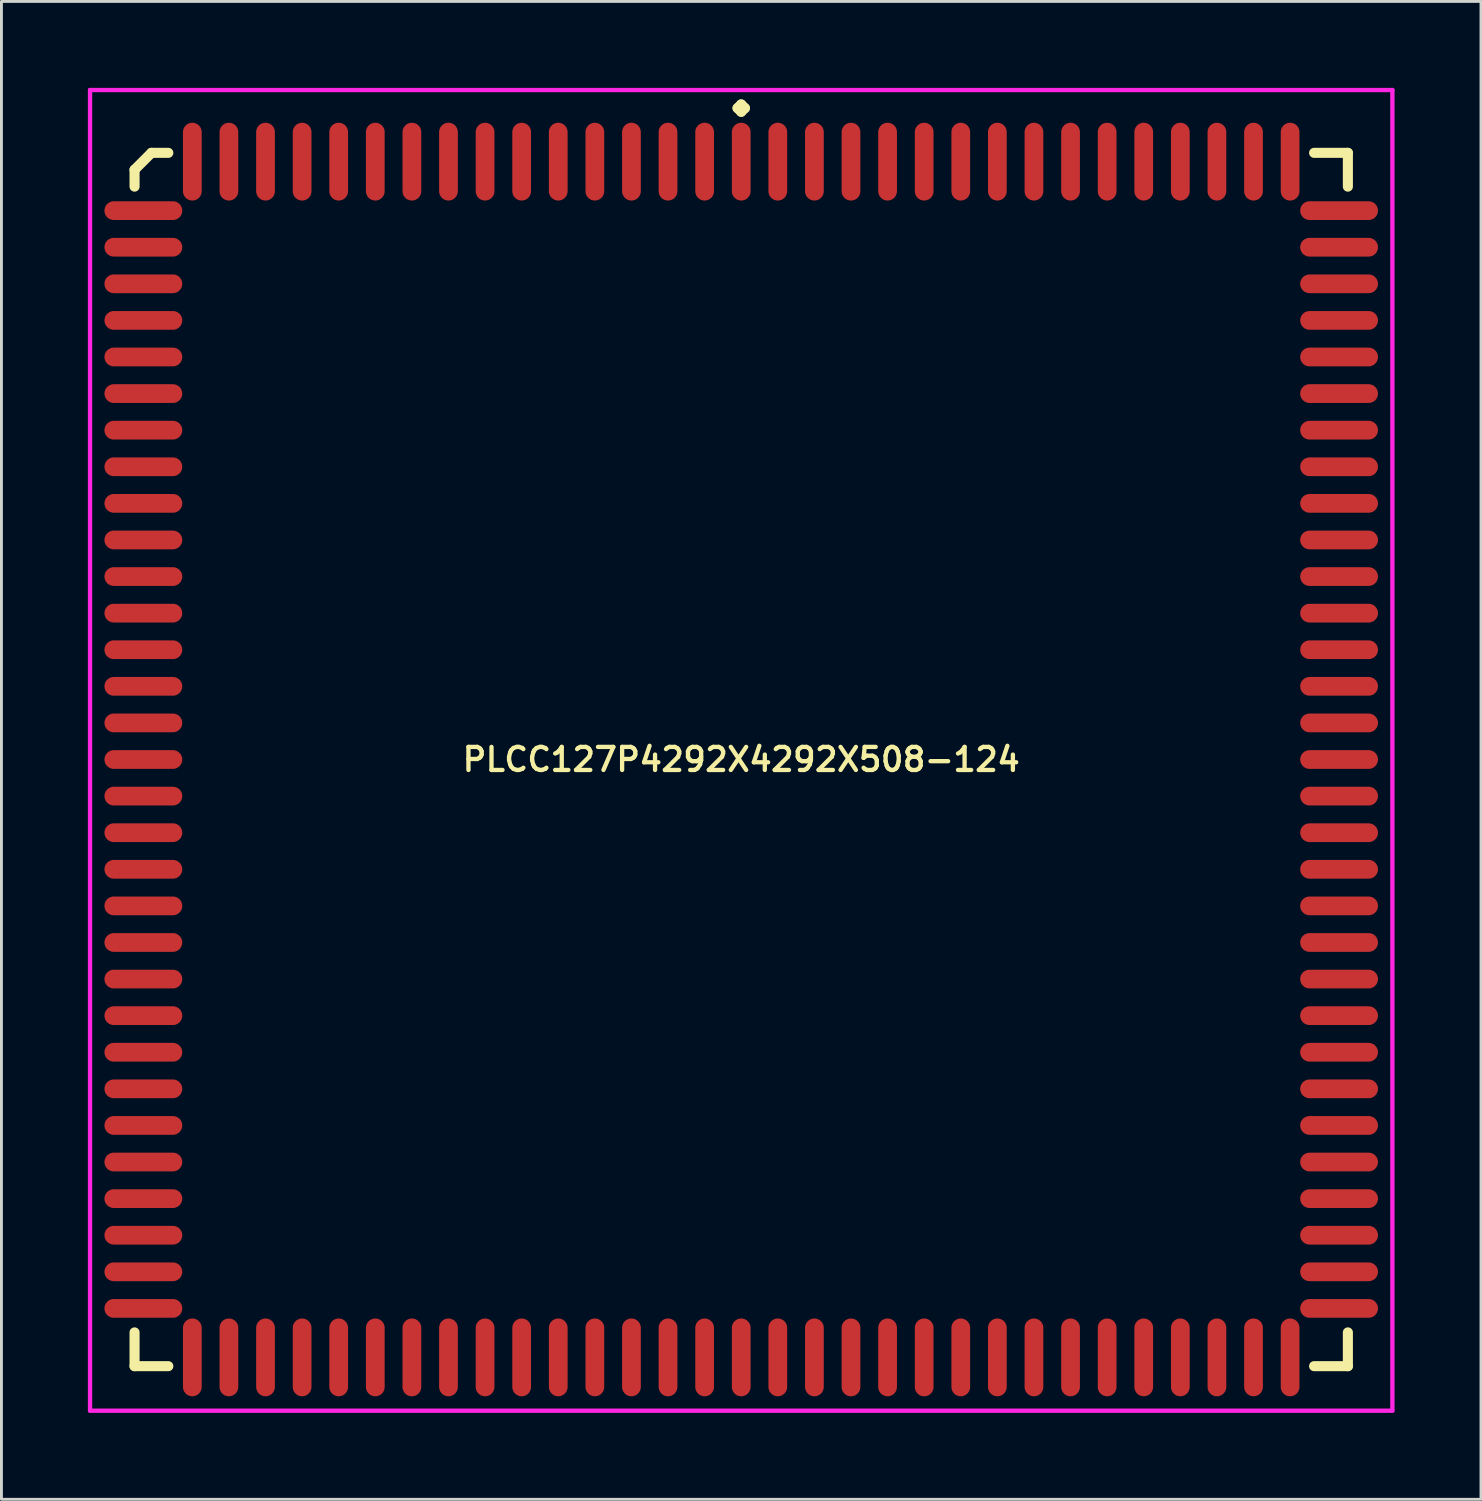
<source format=kicad_pcb>
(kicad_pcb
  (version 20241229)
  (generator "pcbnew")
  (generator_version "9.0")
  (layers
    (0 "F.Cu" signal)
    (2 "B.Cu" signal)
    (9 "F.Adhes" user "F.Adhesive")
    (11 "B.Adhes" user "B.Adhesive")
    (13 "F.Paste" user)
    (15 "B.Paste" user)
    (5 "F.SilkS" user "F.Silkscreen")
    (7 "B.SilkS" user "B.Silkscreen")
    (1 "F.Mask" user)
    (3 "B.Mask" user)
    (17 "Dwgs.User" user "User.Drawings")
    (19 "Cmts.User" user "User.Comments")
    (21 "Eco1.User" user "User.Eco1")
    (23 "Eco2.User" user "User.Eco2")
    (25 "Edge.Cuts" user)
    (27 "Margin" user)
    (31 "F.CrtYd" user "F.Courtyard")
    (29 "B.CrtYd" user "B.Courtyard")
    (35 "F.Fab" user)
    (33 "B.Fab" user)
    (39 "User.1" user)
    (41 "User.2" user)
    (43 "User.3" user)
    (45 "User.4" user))
  (footprint "PLCC127P4292X4292X508-124"
    (layer "F.Cu")
    (at 22.675 23.31)
    (property "Reference" "PLCC127P4292X4292X508-124" (at 0 0 0) (layer "F.SilkS") (effects (font (size 0.8 0.8) (thickness 0.15))))
    (attr through_hole)
    (fp_line (start -21.055 -20.469) (end -20.469 -21.055) (stroke (width 0.35) (type solid)) (layer "F.SilkS"))
    (fp_line (start -21.055 -19.883) (end -21.055 -20.469) (stroke (width 0.35) (type solid)) (layer "F.SilkS"))
    (fp_line (start -21.055 19.883) (end -21.055 21.055) (stroke (width 0.35) (type solid)) (layer "F.SilkS"))
    (fp_line (start -21.055 21.055) (end -19.883 21.055) (stroke (width 0.35) (type solid)) (layer "F.SilkS"))
    (fp_line (start -20.469 -21.055) (end -19.883 -21.055) (stroke (width 0.35) (type solid)) (layer "F.SilkS"))
    (fp_line (start -0.127 -22.608) (end 0 -22.735) (stroke (width 0.35) (type solid)) (layer "F.SilkS"))
    (fp_line (start 0 -22.735) (end 0.127 -22.608) (stroke (width 0.35) (type solid)) (layer "F.SilkS"))
    (fp_line (start 0 -22.481) (end -0.127 -22.608) (stroke (width 0.35) (type solid)) (layer "F.SilkS"))
    (fp_line (start 0.127 -22.608) (end 0 -22.481) (stroke (width 0.35) (type solid)) (layer "F.SilkS"))
    (fp_line (start 21.055 -21.055) (end 19.883 -21.055) (stroke (width 0.35) (type solid)) (layer "F.SilkS"))
    (fp_line (start 21.055 -19.883) (end 21.055 -21.055) (stroke (width 0.35) (type solid)) (layer "F.SilkS"))
    (fp_line (start 21.055 19.883) (end 21.055 21.055) (stroke (width 0.35) (type solid)) (layer "F.SilkS"))
    (fp_line (start 21.055 21.055) (end 19.883 21.055) (stroke (width 0.35) (type solid)) (layer "F.SilkS"))
    (fp_line (start -22.6 -23.235) (end 22.6 -23.235) (stroke (width 0.15) (type solid)) (layer "F.CrtYd"))
    (fp_line (start -22.6 22.6) (end -22.6 -23.235) (stroke (width 0.15) (type solid)) (layer "F.CrtYd"))
    (fp_line (start 22.6 -23.235) (end 22.6 22.6) (stroke (width 0.15) (type solid)) (layer "F.CrtYd"))
    (fp_line (start 22.6 22.6) (end -22.6 22.6) (stroke (width 0.15) (type solid)) (layer "F.CrtYd"))
    (pad "1" smd oval (at 0 -20.75) (size 0.65 2.7) (layers "F.Cu" "F.Mask" "F.Paste"))
    (pad "2" smd oval (at -1.27 -20.75) (size 0.65 2.7) (layers "F.Cu" "F.Mask" "F.Paste"))
    (pad "3" smd oval (at -2.54 -20.75) (size 0.65 2.7) (layers "F.Cu" "F.Mask" "F.Paste"))
    (pad "4" smd oval (at -3.81 -20.75) (size 0.65 2.7) (layers "F.Cu" "F.Mask" "F.Paste"))
    (pad "5" smd oval (at -5.08 -20.75) (size 0.65 2.7) (layers "F.Cu" "F.Mask" "F.Paste"))
    (pad "6" smd oval (at -6.35 -20.75) (size 0.65 2.7) (layers "F.Cu" "F.Mask" "F.Paste"))
    (pad "7" smd oval (at -7.62 -20.75) (size 0.65 2.7) (layers "F.Cu" "F.Mask" "F.Paste"))
    (pad "8" smd oval (at -8.89 -20.75) (size 0.65 2.7) (layers "F.Cu" "F.Mask" "F.Paste"))
    (pad "9" smd oval (at -10.16 -20.75) (size 0.65 2.7) (layers "F.Cu" "F.Mask" "F.Paste"))
    (pad "10" smd oval (at -11.43 -20.75) (size 0.65 2.7) (layers "F.Cu" "F.Mask" "F.Paste"))
    (pad "11" smd oval (at -12.7 -20.75) (size 0.65 2.7) (layers "F.Cu" "F.Mask" "F.Paste"))
    (pad "12" smd oval (at -13.97 -20.75) (size 0.65 2.7) (layers "F.Cu" "F.Mask" "F.Paste"))
    (pad "13" smd oval (at -15.24 -20.75) (size 0.65 2.7) (layers "F.Cu" "F.Mask" "F.Paste"))
    (pad "14" smd oval (at -16.51 -20.75) (size 0.65 2.7) (layers "F.Cu" "F.Mask" "F.Paste"))
    (pad "15" smd oval (at -17.78 -20.75) (size 0.65 2.7) (layers "F.Cu" "F.Mask" "F.Paste"))
    (pad "16" smd oval (at -19.05 -20.75) (size 0.65 2.7) (layers "F.Cu" "F.Mask" "F.Paste"))
    (pad "17" smd oval (at -20.75 -19.05) (size 2.7 0.65) (layers "F.Cu" "F.Mask" "F.Paste"))
    (pad "18" smd oval (at -20.75 -17.78) (size 2.7 0.65) (layers "F.Cu" "F.Mask" "F.Paste"))
    (pad "19" smd oval (at -20.75 -16.51) (size 2.7 0.65) (layers "F.Cu" "F.Mask" "F.Paste"))
    (pad "20" smd oval (at -20.75 -15.24) (size 2.7 0.65) (layers "F.Cu" "F.Mask" "F.Paste"))
    (pad "21" smd oval (at -20.75 -13.97) (size 2.7 0.65) (layers "F.Cu" "F.Mask" "F.Paste"))
    (pad "22" smd oval (at -20.75 -12.7) (size 2.7 0.65) (layers "F.Cu" "F.Mask" "F.Paste"))
    (pad "23" smd oval (at -20.75 -11.43) (size 2.7 0.65) (layers "F.Cu" "F.Mask" "F.Paste"))
    (pad "24" smd oval (at -20.75 -10.16) (size 2.7 0.65) (layers "F.Cu" "F.Mask" "F.Paste"))
    (pad "25" smd oval (at -20.75 -8.89) (size 2.7 0.65) (layers "F.Cu" "F.Mask" "F.Paste"))
    (pad "26" smd oval (at -20.75 -7.62) (size 2.7 0.65) (layers "F.Cu" "F.Mask" "F.Paste"))
    (pad "27" smd oval (at -20.75 -6.35) (size 2.7 0.65) (layers "F.Cu" "F.Mask" "F.Paste"))
    (pad "28" smd oval (at -20.75 -5.08) (size 2.7 0.65) (layers "F.Cu" "F.Mask" "F.Paste"))
    (pad "29" smd oval (at -20.75 -3.81) (size 2.7 0.65) (layers "F.Cu" "F.Mask" "F.Paste"))
    (pad "30" smd oval (at -20.75 -2.54) (size 2.7 0.65) (layers "F.Cu" "F.Mask" "F.Paste"))
    (pad "31" smd oval (at -20.75 -1.27) (size 2.7 0.65) (layers "F.Cu" "F.Mask" "F.Paste"))
    (pad "32" smd oval (at -20.75 0) (size 2.7 0.65) (layers "F.Cu" "F.Mask" "F.Paste"))
    (pad "33" smd oval (at -20.75 1.27) (size 2.7 0.65) (layers "F.Cu" "F.Mask" "F.Paste"))
    (pad "34" smd oval (at -20.75 2.54) (size 2.7 0.65) (layers "F.Cu" "F.Mask" "F.Paste"))
    (pad "35" smd oval (at -20.75 3.81) (size 2.7 0.65) (layers "F.Cu" "F.Mask" "F.Paste"))
    (pad "36" smd oval (at -20.75 5.08) (size 2.7 0.65) (layers "F.Cu" "F.Mask" "F.Paste"))
    (pad "37" smd oval (at -20.75 6.35) (size 2.7 0.65) (layers "F.Cu" "F.Mask" "F.Paste"))
    (pad "38" smd oval (at -20.75 7.62) (size 2.7 0.65) (layers "F.Cu" "F.Mask" "F.Paste"))
    (pad "39" smd oval (at -20.75 8.89) (size 2.7 0.65) (layers "F.Cu" "F.Mask" "F.Paste"))
    (pad "40" smd oval (at -20.75 10.16) (size 2.7 0.65) (layers "F.Cu" "F.Mask" "F.Paste"))
    (pad "41" smd oval (at -20.75 11.43) (size 2.7 0.65) (layers "F.Cu" "F.Mask" "F.Paste"))
    (pad "42" smd oval (at -20.75 12.7) (size 2.7 0.65) (layers "F.Cu" "F.Mask" "F.Paste"))
    (pad "43" smd oval (at -20.75 13.97) (size 2.7 0.65) (layers "F.Cu" "F.Mask" "F.Paste"))
    (pad "44" smd oval (at -20.75 15.24) (size 2.7 0.65) (layers "F.Cu" "F.Mask" "F.Paste"))
    (pad "45" smd oval (at -20.75 16.51) (size 2.7 0.65) (layers "F.Cu" "F.Mask" "F.Paste"))
    (pad "46" smd oval (at -20.75 17.78) (size 2.7 0.65) (layers "F.Cu" "F.Mask" "F.Paste"))
    (pad "47" smd oval (at -20.75 19.05) (size 2.7 0.65) (layers "F.Cu" "F.Mask" "F.Paste"))
    (pad "48" smd oval (at -19.05 20.75) (size 0.65 2.7) (layers "F.Cu" "F.Mask" "F.Paste"))
    (pad "49" smd oval (at -17.78 20.75) (size 0.65 2.7) (layers "F.Cu" "F.Mask" "F.Paste"))
    (pad "50" smd oval (at -16.51 20.75) (size 0.65 2.7) (layers "F.Cu" "F.Mask" "F.Paste"))
    (pad "51" smd oval (at -15.24 20.75) (size 0.65 2.7) (layers "F.Cu" "F.Mask" "F.Paste"))
    (pad "52" smd oval (at -13.97 20.75) (size 0.65 2.7) (layers "F.Cu" "F.Mask" "F.Paste"))
    (pad "53" smd oval (at -12.7 20.75) (size 0.65 2.7) (layers "F.Cu" "F.Mask" "F.Paste"))
    (pad "54" smd oval (at -11.43 20.75) (size 0.65 2.7) (layers "F.Cu" "F.Mask" "F.Paste"))
    (pad "55" smd oval (at -10.16 20.75) (size 0.65 2.7) (layers "F.Cu" "F.Mask" "F.Paste"))
    (pad "56" smd oval (at -8.89 20.75) (size 0.65 2.7) (layers "F.Cu" "F.Mask" "F.Paste"))
    (pad "57" smd oval (at -7.62 20.75) (size 0.65 2.7) (layers "F.Cu" "F.Mask" "F.Paste"))
    (pad "58" smd oval (at -6.35 20.75) (size 0.65 2.7) (layers "F.Cu" "F.Mask" "F.Paste"))
    (pad "59" smd oval (at -5.08 20.75) (size 0.65 2.7) (layers "F.Cu" "F.Mask" "F.Paste"))
    (pad "60" smd oval (at -3.81 20.75) (size 0.65 2.7) (layers "F.Cu" "F.Mask" "F.Paste"))
    (pad "61" smd oval (at -2.54 20.75) (size 0.65 2.7) (layers "F.Cu" "F.Mask" "F.Paste"))
    (pad "62" smd oval (at -1.27 20.75) (size 0.65 2.7) (layers "F.Cu" "F.Mask" "F.Paste"))
    (pad "63" smd oval (at 0 20.75) (size 0.65 2.7) (layers "F.Cu" "F.Mask" "F.Paste"))
    (pad "64" smd oval (at 1.27 20.75) (size 0.65 2.7) (layers "F.Cu" "F.Mask" "F.Paste"))
    (pad "65" smd oval (at 2.54 20.75) (size 0.65 2.7) (layers "F.Cu" "F.Mask" "F.Paste"))
    (pad "66" smd oval (at 3.81 20.75) (size 0.65 2.7) (layers "F.Cu" "F.Mask" "F.Paste"))
    (pad "67" smd oval (at 5.08 20.75) (size 0.65 2.7) (layers "F.Cu" "F.Mask" "F.Paste"))
    (pad "68" smd oval (at 6.35 20.75) (size 0.65 2.7) (layers "F.Cu" "F.Mask" "F.Paste"))
    (pad "69" smd oval (at 7.62 20.75) (size 0.65 2.7) (layers "F.Cu" "F.Mask" "F.Paste"))
    (pad "70" smd oval (at 8.89 20.75) (size 0.65 2.7) (layers "F.Cu" "F.Mask" "F.Paste"))
    (pad "71" smd oval (at 10.16 20.75) (size 0.65 2.7) (layers "F.Cu" "F.Mask" "F.Paste"))
    (pad "72" smd oval (at 11.43 20.75) (size 0.65 2.7) (layers "F.Cu" "F.Mask" "F.Paste"))
    (pad "73" smd oval (at 12.7 20.75) (size 0.65 2.7) (layers "F.Cu" "F.Mask" "F.Paste"))
    (pad "74" smd oval (at 13.97 20.75) (size 0.65 2.7) (layers "F.Cu" "F.Mask" "F.Paste"))
    (pad "75" smd oval (at 15.24 20.75) (size 0.65 2.7) (layers "F.Cu" "F.Mask" "F.Paste"))
    (pad "76" smd oval (at 16.51 20.75) (size 0.65 2.7) (layers "F.Cu" "F.Mask" "F.Paste"))
    (pad "77" smd oval (at 17.78 20.75) (size 0.65 2.7) (layers "F.Cu" "F.Mask" "F.Paste"))
    (pad "78" smd oval (at 19.05 20.75) (size 0.65 2.7) (layers "F.Cu" "F.Mask" "F.Paste"))
    (pad "79" smd oval (at 20.75 19.05) (size 2.7 0.65) (layers "F.Cu" "F.Mask" "F.Paste"))
    (pad "80" smd oval (at 20.75 17.78) (size 2.7 0.65) (layers "F.Cu" "F.Mask" "F.Paste"))
    (pad "81" smd oval (at 20.75 16.51) (size 2.7 0.65) (layers "F.Cu" "F.Mask" "F.Paste"))
    (pad "82" smd oval (at 20.75 15.24) (size 2.7 0.65) (layers "F.Cu" "F.Mask" "F.Paste"))
    (pad "83" smd oval (at 20.75 13.97) (size 2.7 0.65) (layers "F.Cu" "F.Mask" "F.Paste"))
    (pad "84" smd oval (at 20.75 12.7) (size 2.7 0.65) (layers "F.Cu" "F.Mask" "F.Paste"))
    (pad "85" smd oval (at 20.75 11.43) (size 2.7 0.65) (layers "F.Cu" "F.Mask" "F.Paste"))
    (pad "86" smd oval (at 20.75 10.16) (size 2.7 0.65) (layers "F.Cu" "F.Mask" "F.Paste"))
    (pad "87" smd oval (at 20.75 8.89) (size 2.7 0.65) (layers "F.Cu" "F.Mask" "F.Paste"))
    (pad "88" smd oval (at 20.75 7.62) (size 2.7 0.65) (layers "F.Cu" "F.Mask" "F.Paste"))
    (pad "89" smd oval (at 20.75 6.35) (size 2.7 0.65) (layers "F.Cu" "F.Mask" "F.Paste"))
    (pad "90" smd oval (at 20.75 5.08) (size 2.7 0.65) (layers "F.Cu" "F.Mask" "F.Paste"))
    (pad "91" smd oval (at 20.75 3.81) (size 2.7 0.65) (layers "F.Cu" "F.Mask" "F.Paste"))
    (pad "92" smd oval (at 20.75 2.54) (size 2.7 0.65) (layers "F.Cu" "F.Mask" "F.Paste"))
    (pad "93" smd oval (at 20.75 1.27) (size 2.7 0.65) (layers "F.Cu" "F.Mask" "F.Paste"))
    (pad "94" smd oval (at 20.75 0) (size 2.7 0.65) (layers "F.Cu" "F.Mask" "F.Paste"))
    (pad "95" smd oval (at 20.75 -1.27) (size 2.7 0.65) (layers "F.Cu" "F.Mask" "F.Paste"))
    (pad "96" smd oval (at 20.75 -2.54) (size 2.7 0.65) (layers "F.Cu" "F.Mask" "F.Paste"))
    (pad "97" smd oval (at 20.75 -3.81) (size 2.7 0.65) (layers "F.Cu" "F.Mask" "F.Paste"))
    (pad "98" smd oval (at 20.75 -5.08) (size 2.7 0.65) (layers "F.Cu" "F.Mask" "F.Paste"))
    (pad "99" smd oval (at 20.75 -6.35) (size 2.7 0.65) (layers "F.Cu" "F.Mask" "F.Paste"))
    (pad "100" smd oval (at 20.75 -7.62) (size 2.7 0.65) (layers "F.Cu" "F.Mask" "F.Paste"))
    (pad "101" smd oval (at 20.75 -8.89) (size 2.7 0.65) (layers "F.Cu" "F.Mask" "F.Paste"))
    (pad "102" smd oval (at 20.75 -10.16) (size 2.7 0.65) (layers "F.Cu" "F.Mask" "F.Paste"))
    (pad "103" smd oval (at 20.75 -11.43) (size 2.7 0.65) (layers "F.Cu" "F.Mask" "F.Paste"))
    (pad "104" smd oval (at 20.75 -12.7) (size 2.7 0.65) (layers "F.Cu" "F.Mask" "F.Paste"))
    (pad "105" smd oval (at 20.75 -13.97) (size 2.7 0.65) (layers "F.Cu" "F.Mask" "F.Paste"))
    (pad "106" smd oval (at 20.75 -15.24) (size 2.7 0.65) (layers "F.Cu" "F.Mask" "F.Paste"))
    (pad "107" smd oval (at 20.75 -16.51) (size 2.7 0.65) (layers "F.Cu" "F.Mask" "F.Paste"))
    (pad "108" smd oval (at 20.75 -17.78) (size 2.7 0.65) (layers "F.Cu" "F.Mask" "F.Paste"))
    (pad "109" smd oval (at 20.75 -19.05) (size 2.7 0.65) (layers "F.Cu" "F.Mask" "F.Paste"))
    (pad "110" smd oval (at 19.05 -20.75) (size 0.65 2.7) (layers "F.Cu" "F.Mask" "F.Paste"))
    (pad "111" smd oval (at 17.78 -20.75) (size 0.65 2.7) (layers "F.Cu" "F.Mask" "F.Paste"))
    (pad "112" smd oval (at 16.51 -20.75) (size 0.65 2.7) (layers "F.Cu" "F.Mask" "F.Paste"))
    (pad "113" smd oval (at 15.24 -20.75) (size 0.65 2.7) (layers "F.Cu" "F.Mask" "F.Paste"))
    (pad "114" smd oval (at 13.97 -20.75) (size 0.65 2.7) (layers "F.Cu" "F.Mask" "F.Paste"))
    (pad "115" smd oval (at 12.7 -20.75) (size 0.65 2.7) (layers "F.Cu" "F.Mask" "F.Paste"))
    (pad "116" smd oval (at 11.43 -20.75) (size 0.65 2.7) (layers "F.Cu" "F.Mask" "F.Paste"))
    (pad "117" smd oval (at 10.16 -20.75) (size 0.65 2.7) (layers "F.Cu" "F.Mask" "F.Paste"))
    (pad "118" smd oval (at 8.89 -20.75) (size 0.65 2.7) (layers "F.Cu" "F.Mask" "F.Paste"))
    (pad "119" smd oval (at 7.62 -20.75) (size 0.65 2.7) (layers "F.Cu" "F.Mask" "F.Paste"))
    (pad "120" smd oval (at 6.35 -20.75) (size 0.65 2.7) (layers "F.Cu" "F.Mask" "F.Paste"))
    (pad "121" smd oval (at 5.08 -20.75) (size 0.65 2.7) (layers "F.Cu" "F.Mask" "F.Paste"))
    (pad "122" smd oval (at 3.81 -20.75) (size 0.65 2.7) (layers "F.Cu" "F.Mask" "F.Paste"))
    (pad "123" smd oval (at 2.54 -20.75) (size 0.65 2.7) (layers "F.Cu" "F.Mask" "F.Paste"))
    (pad "124" smd oval (at 1.27 -20.75) (size 0.65 2.7) (layers "F.Cu" "F.Mask" "F.Paste")))
  (gr_rect
    (start -3 -3)
    (end 48.35 48.985)
    (stroke (width 0.1) (type default))
    (fill no)
    (layer "Edge.Cuts")))
</source>
